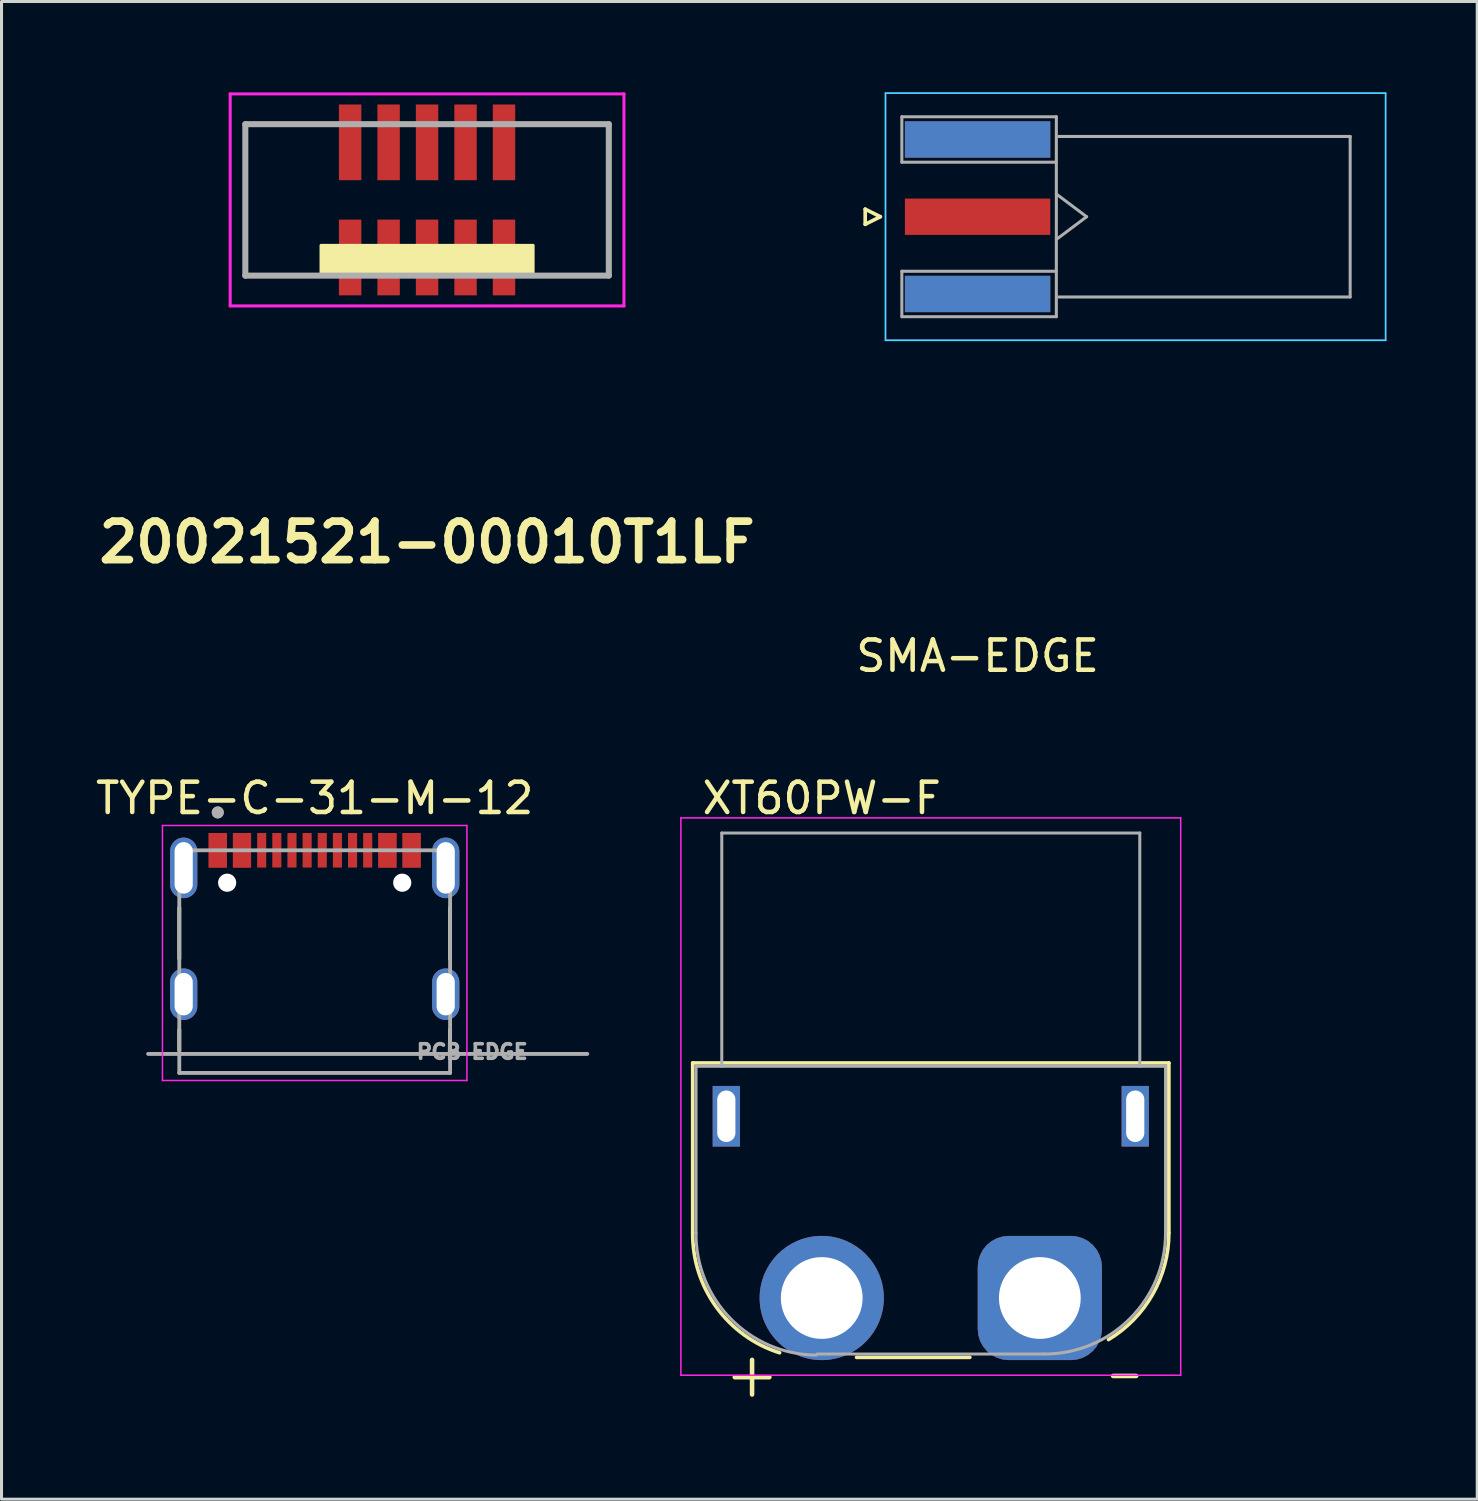
<source format=kicad_pcb>
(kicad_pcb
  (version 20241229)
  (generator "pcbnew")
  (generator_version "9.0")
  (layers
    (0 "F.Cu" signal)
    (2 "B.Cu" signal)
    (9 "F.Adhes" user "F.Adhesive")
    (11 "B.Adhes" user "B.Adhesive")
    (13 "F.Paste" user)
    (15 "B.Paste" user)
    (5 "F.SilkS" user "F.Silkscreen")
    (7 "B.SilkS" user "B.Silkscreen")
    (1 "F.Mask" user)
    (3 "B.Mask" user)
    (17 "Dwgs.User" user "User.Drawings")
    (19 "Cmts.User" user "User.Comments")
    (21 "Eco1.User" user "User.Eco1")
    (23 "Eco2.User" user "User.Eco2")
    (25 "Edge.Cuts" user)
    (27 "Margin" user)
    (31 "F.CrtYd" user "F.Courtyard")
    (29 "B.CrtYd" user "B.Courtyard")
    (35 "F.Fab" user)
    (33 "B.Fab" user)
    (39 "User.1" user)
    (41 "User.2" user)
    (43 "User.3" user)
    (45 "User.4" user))
  (footprint "20021521-00010T1LF"
    (layer "F.Cu")
    (at 11.049 3.55)
    (property "Reference" "20021521-00010T1LF" (at 0 11.3 0) (layer "F.SilkS") (effects (font (size 1.27 1.27) (thickness 0.254))))
    (attr smd)
    (fp_line (start -6 -2.5) (end -6 2.5) (stroke (width 0.1) (type solid)) (layer "F.SilkS"))
    (fp_line (start -6 2.5) (end -3.5 2.5) (stroke (width 0.1) (type solid)) (layer "F.SilkS"))
    (fp_line (start -3.5 -2.5) (end -6 -2.5) (stroke (width 0.1) (type solid)) (layer "F.SilkS"))
    (fp_line (start 3.5 -2.5) (end 6 -2.5) (stroke (width 0.1) (type solid)) (layer "F.SilkS"))
    (fp_line (start 6 -2.5) (end 6 2.5) (stroke (width 0.1) (type solid)) (layer "F.SilkS"))
    (fp_line (start 6 2.5) (end 3.5 2.5) (stroke (width 0.1) (type solid)) (layer "F.SilkS"))
    (fp_rect (start -3.5 1.5) (end 3.5 2.5) (stroke (width 0.1) (type default)) (fill yes) (layer "F.SilkS"))
    (fp_line (start -6.5 -3.5) (end 6.5 -3.5) (stroke (width 0.1) (type solid)) (layer "F.CrtYd"))
    (fp_line (start -6.5 3.5) (end -6.5 -3.5) (stroke (width 0.1) (type solid)) (layer "F.CrtYd"))
    (fp_line (start 6.5 -3.5) (end 6.5 3.5) (stroke (width 0.1) (type solid)) (layer "F.CrtYd"))
    (fp_line (start 6.5 3.5) (end -6.5 3.5) (stroke (width 0.1) (type solid)) (layer "F.CrtYd"))
    (fp_line (start -6 -2.5) (end 6 -2.5) (stroke (width 0.2) (type solid)) (layer "F.Fab"))
    (fp_line (start -6 2.5) (end -6 -2.5) (stroke (width 0.2) (type solid)) (layer "F.Fab"))
    (fp_line (start 6 -2.5) (end 6 2.5) (stroke (width 0.2) (type solid)) (layer "F.Fab"))
    (fp_line (start 6 2.5) (end -6 2.5) (stroke (width 0.2) (type solid)) (layer "F.Fab"))
    (pad "1" smd rect (at -2.54 1.9) (size 0.74 2.5) (layers "F.Cu" "F.Mask" "F.Paste"))
    (pad "2" smd rect (at -2.54 -1.9) (size 0.74 2.5) (layers "F.Cu" "F.Mask" "F.Paste"))
    (pad "3" smd rect (at -1.27 1.9) (size 0.74 2.5) (layers "F.Cu" "F.Mask" "F.Paste"))
    (pad "4" smd rect (at -1.27 -1.9) (size 0.74 2.5) (layers "F.Cu" "F.Mask" "F.Paste"))
    (pad "5" smd rect (at 0 1.9) (size 0.74 2.5) (layers "F.Cu" "F.Mask" "F.Paste"))
    (pad "6" smd rect (at 0 -1.9) (size 0.74 2.5) (layers "F.Cu" "F.Mask" "F.Paste"))
    (pad "7" smd rect (at 1.27 1.9) (size 0.74 2.5) (layers "F.Cu" "F.Mask" "F.Paste"))
    (pad "8" smd rect (at 1.27 -1.9) (size 0.74 2.5) (layers "F.Cu" "F.Mask" "F.Paste"))
    (pad "9" smd rect (at 2.54 1.9) (size 0.74 2.5) (layers "F.Cu" "F.Mask" "F.Paste"))
    (pad "10" smd rect (at 2.54 -1.9) (size 0.74 2.5) (layers "F.Cu" "F.Mask" "F.Paste")))
  (footprint "XT60PW-F"
    (layer "F.Cu")
    (at 27.678 39.801)
    (property "Reference" "XT60PW-F" (at -3.6 -16.5 0) (layer "F.SilkS") (effects (font (size 1 1) (thickness 0.15))))
    (attr through_hole)
    (fp_line (start -7.86 -7.76) (end -7.86 -2.15) (stroke (width 0.12) (type solid)) (layer "F.SilkS"))
    (fp_line (start -7.86 -7.76) (end 7.86 -7.76) (stroke (width 0.12) (type solid)) (layer "F.SilkS"))
    (fp_line (start -2.45 1.96) (end 1.29 1.96) (stroke (width 0.12) (type solid)) (layer "F.SilkS"))
    (fp_line (start 7.86 -7.76) (end 7.86 -2.15) (stroke (width 0.12) (type solid)) (layer "F.SilkS"))
    (fp_arc (start -4.9899 1.808718) (mid -7.077645 0.302568) (end -7.86 -2.15) (stroke (width 0.12) (type solid)) (layer "F.SilkS"))
    (fp_arc (start 7.86 -2.15) (mid 7.327162 -0.126139) (end 5.866806 1.372958) (stroke (width 0.12) (type solid)) (layer "F.SilkS"))
    (fp_line (start -8.25 -15.85) (end -8.25 2.55) (stroke (width 0.05) (type solid)) (layer "F.CrtYd"))
    (fp_line (start -8.25 -15.85) (end 8.25 -15.85) (stroke (width 0.05) (type solid)) (layer "F.CrtYd"))
    (fp_line (start 8.25 2.55) (end -8.25 2.55) (stroke (width 0.05) (type solid)) (layer "F.CrtYd"))
    (fp_line (start 8.25 2.55) (end 8.25 -15.85) (stroke (width 0.05) (type solid)) (layer "F.CrtYd"))
    (fp_line (start -7.75 -7.65) (end -7.75 -2.15) (stroke (width 0.1) (type solid)) (layer "F.Fab"))
    (fp_line (start -7.75 -7.65) (end 7.75 -7.65) (stroke (width 0.1) (type solid)) (layer "F.Fab"))
    (fp_line (start -6.9 -15.35) (end 6.9 -15.35) (stroke (width 0.1) (type solid)) (layer "F.Fab"))
    (fp_line (start -6.9 -7.65) (end -6.9 -15.35) (stroke (width 0.1) (type solid)) (layer "F.Fab"))
    (fp_line (start -3.75 1.85) (end 3.75 1.85) (stroke (width 0.1) (type solid)) (layer "F.Fab"))
    (fp_line (start 6.9 -7.65) (end 6.9 -15.35) (stroke (width 0.1) (type solid)) (layer "F.Fab"))
    (fp_line (start 7.75 -7.65) (end 7.75 -2.15) (stroke (width 0.1) (type solid)) (layer "F.Fab"))
    (fp_arc (start -3.785 1.885) (mid -6.603176 0.688678) (end -7.75 -2.15) (stroke (width 0.1) (type solid)) (layer "F.Fab"))
    (fp_arc (start 7.75 -2.15) (mid 6.578427 0.678427) (end 3.75 1.85) (stroke (width 0.1) (type solid)) (layer "F.Fab"))
    (fp_text user "-" (at 6.4 2.5 0) (layer "F.SilkS") (effects (font (size 1 1) (thickness 0.15))))
    (fp_text user "+" (at -5.9 2.5 0) (layer "F.SilkS") (effects (font (size 1.5 1.5) (thickness 0.15))))
    (pad "" thru_hole rect (at -6.75 -6) (size 0.9 2) (drill oval 0.6 1.7) (layers "*.Cu" "*.Mask"))
    (pad "" thru_hole rect (at 6.75 -6) (size 0.9 2) (drill oval 0.6 1.7) (layers "*.Cu" "*.Mask"))
    (pad "1" thru_hole roundrect (at 3.6 0) (size 4.1 4.1) (drill 2.7) (layers "*.Cu" "*.Mask") (roundrect_rratio 0.25))
    (pad "2" thru_hole circle (at -3.6 0) (size 4.1 4.1) (drill 2.7) (layers "*.Cu" "*.Mask")))
  (footprint "SMA-EDGE"
    (layer "F.Cu")
    (at 29.223 4.105)
    (property "Reference" "SMA-EDGE" (at 0 14.5 0) (layer "F.SilkS") (effects (font (size 1 1) (thickness 0.15))))
    (attr smd)
    (fp_line (start -3.71 -0.25) (end -3.71 0.25) (stroke (width 0.12) (type solid)) (layer "F.SilkS"))
    (fp_line (start -3.71 0.25) (end -3.21 0) (stroke (width 0.12) (type solid)) (layer "F.SilkS"))
    (fp_line (start -3.21 0) (end -3.71 -0.25) (stroke (width 0.12) (type solid)) (layer "F.SilkS"))
    (fp_line (start -3.04 4.08) (end -3.04 -4.08) (stroke (width 0.05) (type solid)) (layer "B.CrtYd"))
    (fp_line (start 13.47 -4.08) (end -3.04 -4.08) (stroke (width 0.05) (type solid)) (layer "B.CrtYd"))
    (fp_line (start 13.47 -4.08) (end 13.47 4.08) (stroke (width 0.05) (type solid)) (layer "B.CrtYd"))
    (fp_line (start 13.47 4.08) (end -3.04 4.08) (stroke (width 0.05) (type solid)) (layer "B.CrtYd"))
    (fp_line (start -3.04 4.08) (end -3.04 -4.08) (stroke (width 0.05) (type solid)) (layer "F.CrtYd"))
    (fp_line (start 13.47 -4.08) (end -3.04 -4.08) (stroke (width 0.05) (type solid)) (layer "F.CrtYd"))
    (fp_line (start 13.47 -4.08) (end 13.47 4.08) (stroke (width 0.05) (type solid)) (layer "F.CrtYd"))
    (fp_line (start 13.47 4.08) (end -3.04 4.08) (stroke (width 0.05) (type solid)) (layer "F.CrtYd"))
    (fp_line (start -2.5 -3.3) (end -2.5 -1.8) (stroke (width 0.1) (type solid)) (layer "F.Fab"))
    (fp_line (start -2.5 -3.3) (end 2.6 -3.3) (stroke (width 0.1) (type solid)) (layer "F.Fab"))
    (fp_line (start -2.5 -1.8) (end 2.6 -1.8) (stroke (width 0.1) (type solid)) (layer "F.Fab"))
    (fp_line (start -2.5 1.8) (end -2.5 3.3) (stroke (width 0.1) (type solid)) (layer "F.Fab"))
    (fp_line (start -2.5 3.3) (end 2.6 3.3) (stroke (width 0.1) (type solid)) (layer "F.Fab"))
    (fp_line (start 2.6 -3.3) (end 2.6 3.3) (stroke (width 0.1) (type solid)) (layer "F.Fab"))
    (fp_line (start 2.6 -0.75) (end 3.6 0) (stroke (width 0.1) (type solid)) (layer "F.Fab"))
    (fp_line (start 2.6 1.8) (end -2.5 1.8) (stroke (width 0.1) (type solid)) (layer "F.Fab"))
    (fp_line (start 2.675 -2.65) (end 12.3 -2.65) (stroke (width 0.1) (type solid)) (layer "F.Fab"))
    (fp_line (start 3.6 0) (end 2.6 0.75) (stroke (width 0.1) (type solid)) (layer "F.Fab"))
    (fp_line (start 12.3 -2.65) (end 12.3 2.65) (stroke (width 0.1) (type solid)) (layer "F.Fab"))
    (fp_line (start 12.3 2.65) (end 2.675 2.65) (stroke (width 0.1) (type solid)) (layer "F.Fab"))
    (pad "1" smd rect (at 0 0 90) (size 1.2 4.8) (layers "F.Cu" "F.Mask" "F.Paste"))
    (pad "2" smd rect (at 0 -2.55 90) (size 1.2 4.8) (layers "F.Cu" "F.Mask" "F.Paste"))
    (pad "2" smd rect (at 0 -2.55 90) (size 1.2 4.8) (layers "B.Cu" "B.Mask" "B.Paste"))
    (pad "2" smd rect (at 0 2.55 90) (size 1.2 4.8) (layers "F.Cu" "F.Mask" "F.Paste"))
    (pad "2" smd rect (at 0 2.55 90) (size 1.2 4.8) (layers "B.Cu" "B.Mask" "B.Paste")))
  (footprint "TYPE-C-31-M-12"
    (layer "F.Cu")
    (at 7.339 27.221)
    (property "Reference" "TYPE-C-31-M-12" (at 0 -3.92 0) (layer "F.SilkS") (effects (font (size 1 1) (thickness 0.15))))
    (attr smd)
    (fp_poly (pts (xy -3.55 -2.82) (xy -2.85 -2.82) (xy -2.85 -1.58) (xy -3.55 -1.58)) (stroke (width 0.01) (type solid)) (fill yes) (layer "F.Mask"))
    (fp_poly (pts (xy -2.75 -2.82) (xy -2.05 -2.82) (xy -2.05 -1.58) (xy -2.75 -1.58)) (stroke (width 0.01) (type solid)) (fill yes) (layer "F.Mask"))
    (fp_poly (pts (xy -1.95 -2.82) (xy -1.55 -2.82) (xy -1.55 -1.58) (xy -1.95 -1.58)) (stroke (width 0.01) (type solid)) (fill yes) (layer "F.Mask"))
    (fp_poly (pts (xy -1.45 -2.82) (xy -1.05 -2.82) (xy -1.05 -1.58) (xy -1.45 -1.58)) (stroke (width 0.01) (type solid)) (fill yes) (layer "F.Mask"))
    (fp_poly (pts (xy -0.95 -2.82) (xy -0.55 -2.82) (xy -0.55 -1.58) (xy -0.95 -1.58)) (stroke (width 0.01) (type solid)) (fill yes) (layer "F.Mask"))
    (fp_poly (pts (xy -0.45 -2.82) (xy -0.05 -2.82) (xy -0.05 -1.58) (xy -0.45 -1.58)) (stroke (width 0.01) (type solid)) (fill yes) (layer "F.Mask"))
    (fp_poly (pts (xy 0.05 -2.82) (xy 0.45 -2.82) (xy 0.45 -1.58) (xy 0.05 -1.58)) (stroke (width 0.01) (type solid)) (fill yes) (layer "F.Mask"))
    (fp_poly (pts (xy 0.55 -2.82) (xy 0.95 -2.82) (xy 0.95 -1.58) (xy 0.55 -1.58)) (stroke (width 0.01) (type solid)) (fill yes) (layer "F.Mask"))
    (fp_poly (pts (xy 1.05 -2.82) (xy 1.45 -2.82) (xy 1.45 -1.58) (xy 1.05 -1.58)) (stroke (width 0.01) (type solid)) (fill yes) (layer "F.Mask"))
    (fp_poly (pts (xy 1.55 -2.82) (xy 1.95 -2.82) (xy 1.95 -1.58) (xy 1.55 -1.58)) (stroke (width 0.01) (type solid)) (fill yes) (layer "F.Mask"))
    (fp_poly (pts (xy 2.05 -2.82) (xy 2.75 -2.82) (xy 2.75 -1.58) (xy 2.05 -1.58)) (stroke (width 0.01) (type solid)) (fill yes) (layer "F.Mask"))
    (fp_poly (pts (xy 2.85 -2.82) (xy 3.55 -2.82) (xy 3.55 -1.58) (xy 2.85 -1.58)) (stroke (width 0.01) (type solid)) (fill yes) (layer "F.Mask"))
    (fp_line (start -4.47 -0.3) (end -4.47 1.38) (stroke (width 0.127) (type solid)) (layer "F.SilkS"))
    (fp_line (start -4.47 4.4) (end -4.47 3.72) (stroke (width 0.127) (type solid)) (layer "F.SilkS"))
    (fp_line (start 4.47 -0.3) (end 4.47 1.38) (stroke (width 0.127) (type solid)) (layer "F.SilkS"))
    (fp_line (start 4.47 4.4) (end 4.47 3.72) (stroke (width 0.127) (type solid)) (layer "F.SilkS"))
    (fp_line (start -5.025 -3.02) (end -5.025 5.4) (stroke (width 0.05) (type solid)) (layer "F.CrtYd"))
    (fp_line (start -5.025 5.4) (end 5.025 5.4) (stroke (width 0.05) (type solid)) (layer "F.CrtYd"))
    (fp_line (start 5.025 -3.02) (end -5.025 -3.02) (stroke (width 0.05) (type solid)) (layer "F.CrtYd"))
    (fp_line (start 5.025 5.4) (end 5.025 -3.02) (stroke (width 0.05) (type solid)) (layer "F.CrtYd"))
    (fp_line (start -5.5 4.522) (end 9 4.522) (stroke (width 0.127) (type solid)) (layer "F.Fab"))
    (fp_line (start -4.47 -2.2) (end -4.47 5.15) (stroke (width 0.127) (type solid)) (layer "F.Fab"))
    (fp_line (start -4.47 5.15) (end 4.47 5.15) (stroke (width 0.127) (type solid)) (layer "F.Fab"))
    (fp_line (start 4.47 -2.2) (end -4.47 -2.2) (stroke (width 0.127) (type solid)) (layer "F.Fab"))
    (fp_line (start 4.47 5.15) (end 4.47 -2.2) (stroke (width 0.127) (type solid)) (layer "F.Fab"))
    (fp_circle (center -3.2 -3.45) (end -3.1 -3.45) (stroke (width 0.2) (type solid)) (fill no) (layer "F.Fab"))
    (fp_circle (center -3.2 -3.45) (end -3.1 -3.45) (stroke (width 0.2) (type solid)) (fill no) (layer "F.Fab"))
    (fp_text user "PCB EDGE" (at 5.2 4.45 0) (layer "F.Fab") (effects (font (size 0.48 0.48) (thickness 0.15))))
    (pad "" np_thru_hole circle (at -2.89 -1.13) (size 0.6 0.6) (drill 0.6) (layers "*.Cu" "*.Mask"))
    (pad "" np_thru_hole circle (at 2.89 -1.13) (size 0.6 0.6) (drill 0.6) (layers "*.Cu" "*.Mask"))
    (pad "A1" smd rect (at -3.2 -2.2) (size 0.6 1.14) (layers "F.Cu" "F.Paste"))
    (pad "A4" smd rect (at -2.4 -2.2) (size 0.6 1.14) (layers "F.Cu" "F.Paste"))
    (pad "A5" smd rect (at -1.25 -2.2) (size 0.3 1.14) (layers "F.Cu" "F.Paste"))
    (pad "A6" smd rect (at -0.25 -2.2) (size 0.3 1.14) (layers "F.Cu" "F.Paste"))
    (pad "A7" smd rect (at 0.25 -2.2) (size 0.3 1.14) (layers "F.Cu" "F.Paste"))
    (pad "A8" smd rect (at 1.25 -2.2) (size 0.3 1.14) (layers "F.Cu" "F.Paste"))
    (pad "A9" smd rect (at 2.4 -2.2) (size 0.6 1.14) (layers "F.Cu" "F.Paste"))
    (pad "A12" smd rect (at 3.2 -2.2) (size 0.6 1.14) (layers "F.Cu" "F.Paste"))
    (pad "B1" smd rect (at 3.2 -2.2) (size 0.6 1.14) (layers "F.Cu" "F.Paste"))
    (pad "B4" smd rect (at 2.4 -2.2) (size 0.6 1.14) (layers "F.Cu" "F.Paste"))
    (pad "B5" smd rect (at 1.75 -2.2) (size 0.3 1.14) (layers "F.Cu" "F.Paste"))
    (pad "B6" smd rect (at 0.75 -2.2) (size 0.3 1.14) (layers "F.Cu" "F.Paste"))
    (pad "B7" smd rect (at -0.75 -2.2) (size 0.3 1.14) (layers "F.Cu" "F.Paste"))
    (pad "B8" smd rect (at -1.75 -2.2) (size 0.3 1.14) (layers "F.Cu" "F.Paste"))
    (pad "B9" smd rect (at -2.4 -2.2) (size 0.6 1.14) (layers "F.Cu" "F.Paste"))
    (pad "B12" smd rect (at -3.2 -2.2) (size 0.6 1.14) (layers "F.Cu" "F.Paste"))
    (pad "S1" thru_hole oval (at -4.325 -1.62) (size 0.9 2) (drill oval 0.6 1.7) (layers "*.Cu" "*.Mask"))
    (pad "S2" thru_hole oval (at 4.325 -1.62) (size 0.9 2) (drill oval 0.6 1.7) (layers "*.Cu" "*.Mask"))
    (pad "S3" thru_hole oval (at -4.325 2.55) (size 0.9 1.7) (drill oval 0.6 1.4) (layers "*.Cu" "*.Mask"))
    (pad "S4" thru_hole oval (at 4.325 2.55) (size 0.9 1.7) (drill oval 0.6 1.4) (layers "*.Cu" "*.Mask")))
  (gr_rect
    (start -3 -3)
    (end 45.718 46.442)
    (stroke (width 0.1) (type default))
    (fill no)
    (layer "Edge.Cuts")))
</source>
